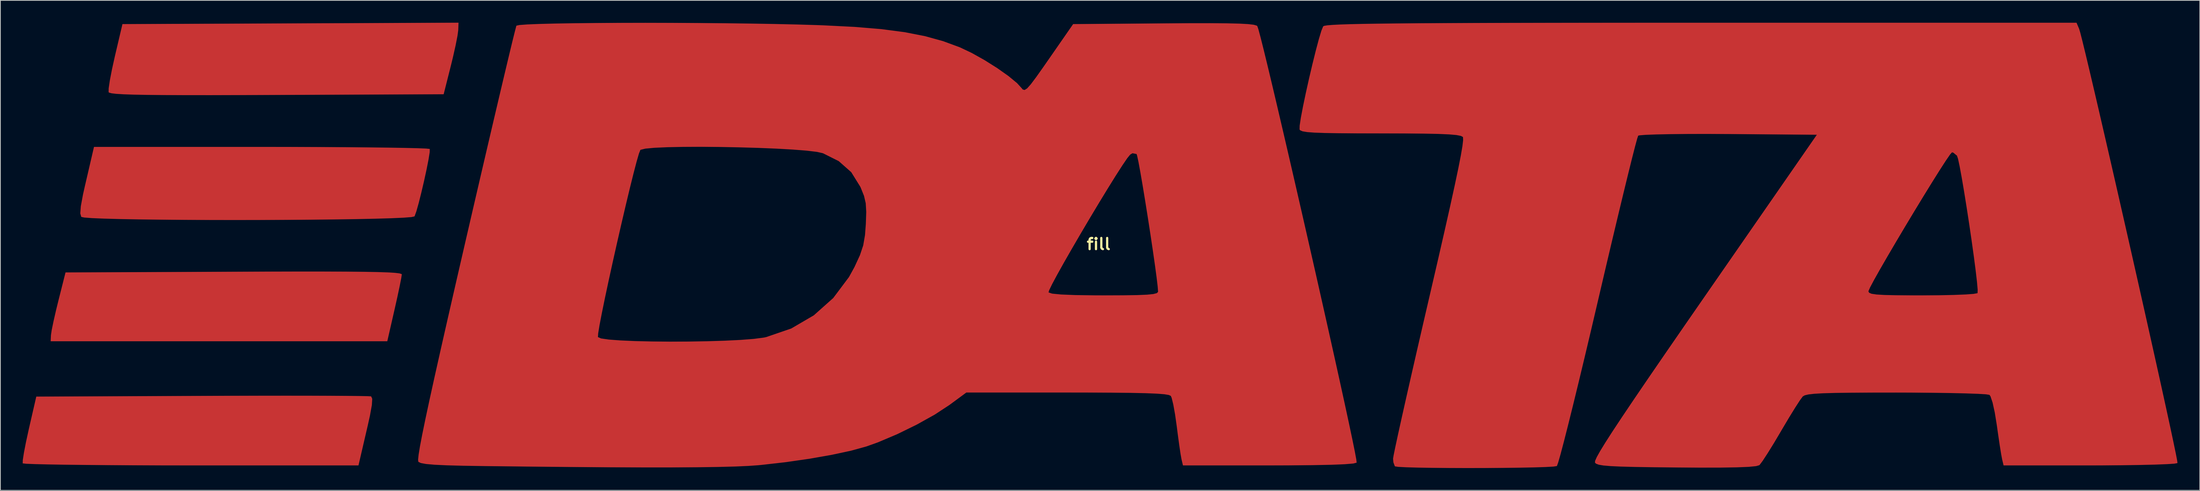
<source format=kicad_pcb>
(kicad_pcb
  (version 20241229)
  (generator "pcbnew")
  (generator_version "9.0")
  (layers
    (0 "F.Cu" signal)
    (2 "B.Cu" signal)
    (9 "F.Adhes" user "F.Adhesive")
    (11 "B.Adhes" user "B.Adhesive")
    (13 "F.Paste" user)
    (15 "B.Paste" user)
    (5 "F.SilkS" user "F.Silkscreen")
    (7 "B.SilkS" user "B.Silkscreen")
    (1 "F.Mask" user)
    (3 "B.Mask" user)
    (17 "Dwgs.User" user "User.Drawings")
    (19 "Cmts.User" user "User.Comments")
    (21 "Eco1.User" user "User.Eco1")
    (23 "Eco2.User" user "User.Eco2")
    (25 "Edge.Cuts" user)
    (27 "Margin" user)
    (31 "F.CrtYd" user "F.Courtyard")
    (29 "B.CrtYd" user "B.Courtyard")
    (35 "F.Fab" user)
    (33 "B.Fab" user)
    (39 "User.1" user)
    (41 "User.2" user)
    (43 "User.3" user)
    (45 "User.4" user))
  (footprint "fill"
    (layer "F.Cu")
    (at 144.546 29.76)
    (property "Reference" "fill" (at 0 0 0) (layer "F.SilkS") (effects (font (size 1.5 1.5) (thickness 0.3))))
    (attr exclude_from_pos_files exclude_from_bom allow_missing_courtyard)
    (fp_poly (pts (xy -103.869 3.693) (xy -100.998 3.704) (xy -98.673 3.727) (xy -96.847 3.761) (xy -95.477 3.808) (xy -94.517 3.868) (xy -93.922 3.942) (xy -93.648 4.03) (xy -93.616 4.079) (xy -93.693 4.595) (xy -93.904 5.662) (xy -94.215 7.122) (xy -94.591 8.799) (xy -95.566 13.063) (xy -118.177 13.063) (xy -140.789 13.063) (xy -140.752 12.246) (xy -140.651 11.566) (xy -140.405 10.37) (xy -140.055 8.845) (xy -139.754 7.62) (xy -138.793 3.81) (xy -116.205 3.717) (xy -111.427 3.699) (xy -107.331 3.691)) (stroke (width 0) (type solid)) (fill yes) (layer "F.Cu"))
    (fp_poly (pts (xy -86.033 -28.759) (xy -86.136 -27.997) (xy -86.384 -26.73) (xy -86.737 -25.156) (xy -87.031 -23.949) (xy -87.993 -20.139) (xy -110.41 -20.045) (xy -115.15 -20.028) (xy -119.211 -20.019) (xy -122.642 -20.02) (xy -125.487 -20.031) (xy -127.796 -20.053) (xy -129.615 -20.087) (xy -130.991 -20.134) (xy -131.971 -20.193) (xy -132.602 -20.267) (xy -132.932 -20.356) (xy -133.007 -20.421) (xy -132.997 -20.94) (xy -132.838 -22.008) (xy -132.556 -23.472) (xy -132.179 -25.177) (xy -132.167 -25.232) (xy -131.146 -29.573) (xy -108.572 -29.666) (xy -85.997 -29.76)) (stroke (width 0) (type solid)) (fill yes) (layer "F.Cu"))
    (fp_poly (pts (xy -106.115 20.384) (xy -103.382 20.392) (xy -101.115 20.404) (xy -99.377 20.422) (xy -98.233 20.444) (xy -97.745 20.47) (xy -97.735 20.473) (xy -97.588 20.799) (xy -97.639 21.638) (xy -97.895 23.057) (xy -98.188 24.377) (xy -98.569 26.018) (xy -98.905 27.466) (xy -99.152 28.529) (xy -99.247 28.938) (xy -99.437 29.754) (xy -121.905 29.754) (xy -125.875 29.75) (xy -129.627 29.737) (xy -133.098 29.717) (xy -136.226 29.69) (xy -138.948 29.658) (xy -141.202 29.62) (xy -142.927 29.578) (xy -144.059 29.532) (xy -144.535 29.483) (xy -144.546 29.476) (xy -144.535 29.035) (xy -144.38 28.034) (xy -144.106 26.62) (xy -143.74 24.939) (xy -143.72 24.85) (xy -142.722 20.501) (xy -120.437 20.407) (xy -116.475 20.393) (xy -112.725 20.385) (xy -109.251 20.382)) (stroke (width 0) (type solid)) (fill yes) (layer "F.Cu"))
    (fp_poly (pts (xy -108.53 -13.058) (xy -104.779 -13.046) (xy -101.308 -13.026) (xy -98.18 -12.999) (xy -95.458 -12.966) (xy -93.203 -12.928) (xy -91.479 -12.886) (xy -90.347 -12.84) (xy -89.87 -12.792) (xy -89.86 -12.785) (xy -89.87 -12.341) (xy -90.027 -11.364) (xy -90.292 -10.022) (xy -90.626 -8.486) (xy -90.992 -6.922) (xy -91.35 -5.501) (xy -91.663 -4.39) (xy -91.892 -3.759) (xy -91.915 -3.719) (xy -92.327 -3.628) (xy -93.388 -3.546) (xy -95.022 -3.474) (xy -97.152 -3.41) (xy -99.702 -3.356) (xy -102.596 -3.312) (xy -105.757 -3.277) (xy -109.108 -3.253) (xy -112.573 -3.238) (xy -116.076 -3.233) (xy -119.54 -3.238) (xy -122.888 -3.254) (xy -126.045 -3.28) (xy -128.934 -3.316) (xy -131.479 -3.363) (xy -133.602 -3.421) (xy -135.228 -3.489) (xy -136.28 -3.569) (xy -136.677 -3.653) (xy -136.81 -4.118) (xy -136.737 -5.093) (xy -136.449 -6.649) (xy -136.206 -7.735) (xy -135.827 -9.367) (xy -135.493 -10.805) (xy -135.249 -11.857) (xy -135.159 -12.246) (xy -134.969 -13.063) (xy -112.5 -13.063)) (stroke (width 0) (type solid)) (fill yes) (layer "F.Cu"))
    (fp_poly (pts (xy 131.719 -28.938) (xy 131.876 -28.41) (xy 132.171 -27.252) (xy 132.591 -25.528) (xy 133.121 -23.303) (xy 133.746 -20.641) (xy 134.453 -17.606) (xy 135.225 -14.261) (xy 136.05 -10.672) (xy 136.912 -6.901) (xy 137.797 -3.013) (xy 138.691 0.927) (xy 139.578 4.857) (xy 140.445 8.711) (xy 141.277 12.426) (xy 142.059 15.937) (xy 142.777 19.181) (xy 143.416 22.093) (xy 143.963 24.609) (xy 144.401 26.666) (xy 144.718 28.199) (xy 144.898 29.144) (xy 144.933 29.438) (xy 144.535 29.515) (xy 143.5 29.585) (xy 141.915 29.646) (xy 139.868 29.696) (xy 137.447 29.732) (xy 134.74 29.751) (xy 133.154 29.754) (xy 121.571 29.754) (xy 121.376 28.938) (xy 121.246 28.244) (xy 121.051 27.025) (xy 120.821 25.476) (xy 120.662 24.344) (xy 120.388 22.644) (xy 120.093 21.305) (xy 119.813 20.468) (xy 119.67 20.267) (xy 119.205 20.196) (xy 118.104 20.13) (xy 116.454 20.072) (xy 114.345 20.024) (xy 111.865 19.988) (xy 109.104 19.967) (xy 107.159 19.963) (xy 103.789 19.966) (xy 101.074 19.98) (xy 98.944 20.009) (xy 97.329 20.056) (xy 96.157 20.122) (xy 95.36 20.211) (xy 94.867 20.327) (xy 94.607 20.471) (xy 94.601 20.477) (xy 94.229 20.976) (xy 93.585 21.969) (xy 92.753 23.32) (xy 91.819 24.892) (xy 91.667 25.154) (xy 90.729 26.737) (xy 89.882 28.107) (xy 89.211 29.134) (xy 88.799 29.683) (xy 88.76 29.72) (xy 88.321 29.85) (xy 87.334 29.947) (xy 85.761 30.012) (xy 83.568 30.047) (xy 80.717 30.051) (xy 77.647 30.032) (xy 74.534 29.999) (xy 72.071 29.961) (xy 70.181 29.912) (xy 68.788 29.848) (xy 67.816 29.765) (xy 67.188 29.658) (xy 66.829 29.523) (xy 66.676 29.38) (xy 66.696 29.14) (xy 66.919 28.634) (xy 67.368 27.829) (xy 68.064 26.692) (xy 69.028 25.19) (xy 70.283 23.291) (xy 71.85 20.961) (xy 73.751 18.167) (xy 76.007 14.877) (xy 78.641 11.057) (xy 81.404 7.064) (xy 81.897 6.353) (xy 103.414 6.353) (xy 103.505 6.54) (xy 103.834 6.679) (xy 104.492 6.778) (xy 105.566 6.842) (xy 107.144 6.878) (xy 109.315 6.893) (xy 110.65 6.894) (xy 112.867 6.88) (xy 114.829 6.839) (xy 116.423 6.776) (xy 117.535 6.696) (xy 118.054 6.604) (xy 118.075 6.587) (xy 118.089 6.134) (xy 117.998 5.085) (xy 117.821 3.559) (xy 117.576 1.677) (xy 117.281 -0.443) (xy 116.953 -2.68) (xy 116.61 -4.916) (xy 116.271 -7.031) (xy 115.953 -8.905) (xy 115.674 -10.42) (xy 115.452 -11.454) (xy 115.31 -11.884) (xy 114.821 -12.286) (xy 114.645 -12.337) (xy 114.381 -12.039) (xy 113.81 -11.206) (xy 112.988 -9.933) (xy 111.972 -8.314) (xy 110.818 -6.443) (xy 109.584 -4.414) (xy 108.325 -2.32) (xy 107.098 -0.256) (xy 105.959 1.685) (xy 104.965 3.408) (xy 104.172 4.819) (xy 103.638 5.824) (xy 103.417 6.33) (xy 103.414 6.353) (xy 81.897 6.353) (xy 96.484 -14.696) (xy 84.641 -14.791) (xy 81.775 -14.805) (xy 79.14 -14.8) (xy 76.823 -14.777) (xy 74.914 -14.738) (xy 73.499 -14.685) (xy 72.668 -14.619) (xy 72.484 -14.572) (xy 72.349 -14.172) (xy 72.065 -13.126) (xy 71.648 -11.495) (xy 71.114 -9.341) (xy 70.476 -6.725) (xy 69.75 -3.708) (xy 68.95 -0.351) (xy 68.093 3.283) (xy 67.192 7.135) (xy 67.07 7.658) (xy 66.163 11.532) (xy 65.294 15.196) (xy 64.479 18.589) (xy 63.733 21.65) (xy 63.071 24.317) (xy 62.508 26.529) (xy 62.06 28.226) (xy 61.741 29.345) (xy 61.567 29.827) (xy 61.556 29.839) (xy 61.096 29.911) (xy 60.028 29.971) (xy 58.462 30.021) (xy 56.509 30.059) (xy 54.28 30.087) (xy 51.886 30.103) (xy 49.437 30.107) (xy 47.044 30.1) (xy 44.818 30.08) (xy 42.87 30.048) (xy 41.31 30.004) (xy 40.249 29.948) (xy 39.798 29.879) (xy 39.793 29.875) (xy 39.597 29.351) (xy 39.551 28.851) (xy 39.632 28.364) (xy 39.864 27.234) (xy 40.232 25.527) (xy 40.723 23.307) (xy 41.322 20.638) (xy 42.015 17.585) (xy 42.786 14.211) (xy 43.623 10.582) (xy 44.437 7.071) (xy 45.529 2.357) (xy 46.455 -1.688) (xy 47.224 -5.102) (xy 47.842 -7.921) (xy 48.318 -10.181) (xy 48.658 -11.919) (xy 48.872 -13.172) (xy 48.965 -13.976) (xy 48.947 -14.367) (xy 48.928 -14.402) (xy 48.657 -14.545) (xy 48.064 -14.658) (xy 47.08 -14.745) (xy 45.64 -14.807) (xy 43.677 -14.848) (xy 41.123 -14.87) (xy 37.911 -14.877) (xy 37.863 -14.877) (xy 34.735 -14.882) (xy 32.26 -14.899) (xy 30.363 -14.931) (xy 28.97 -14.982) (xy 28.009 -15.055) (xy 27.406 -15.155) (xy 27.087 -15.285) (xy 26.99 -15.402) (xy 27.003 -15.922) (xy 27.169 -17.005) (xy 27.455 -18.512) (xy 27.83 -20.303) (xy 28.262 -22.241) (xy 28.719 -24.186) (xy 29.169 -25.999) (xy 29.58 -27.541) (xy 29.92 -28.673) (xy 30.158 -29.256) (xy 30.174 -29.278) (xy 30.342 -29.347) (xy 30.748 -29.409) (xy 31.423 -29.464) (xy 32.401 -29.514) (xy 33.713 -29.558) (xy 35.391 -29.597) (xy 37.467 -29.63) (xy 39.974 -29.659) (xy 42.942 -29.684) (xy 46.406 -29.704) (xy 50.395 -29.72) (xy 54.944 -29.733) (xy 60.082 -29.742) (xy 65.844 -29.749) (xy 72.26 -29.753) (xy 79.363 -29.754) (xy 80.969 -29.754) (xy 131.37 -29.754)) (stroke (width 0) (type solid)) (fill yes) (layer "F.Cu"))
    (fp_poly (pts (xy -57.39 -29.735) (xy -53.817 -29.717) (xy -50.266 -29.686) (xy -46.813 -29.642) (xy -43.531 -29.586) (xy -40.497 -29.517) (xy -37.785 -29.436) (xy -37.011 -29.407) (xy -32.782 -29.194) (xy -29.165 -28.892) (xy -26.052 -28.483) (xy -23.333 -27.951) (xy -20.899 -27.278) (xy -18.64 -26.446) (xy -18.627 -26.44) (xy -17.051 -25.692) (xy -15.329 -24.728) (xy -13.629 -23.657) (xy -12.117 -22.589) (xy -10.961 -21.635) (xy -10.409 -21.032) (xy -10.189 -20.774) (xy -9.947 -20.713) (xy -9.614 -20.922) (xy -9.121 -21.473) (xy -8.396 -22.438) (xy -7.37 -23.89) (xy -6.652 -24.923) (xy -3.427 -29.573) (xy 8.761 -29.668) (xy 12.232 -29.69) (xy 15.039 -29.692) (xy 17.242 -29.675) (xy 18.902 -29.635) (xy 20.081 -29.571) (xy 20.839 -29.482) (xy 21.237 -29.365) (xy 21.313 -29.305) (xy 21.461 -28.874) (xy 21.749 -27.802) (xy 22.163 -26.155) (xy 22.689 -23.995) (xy 23.313 -21.388) (xy 24.018 -18.398) (xy 24.792 -15.087) (xy 25.62 -11.521) (xy 26.486 -7.764) (xy 27.377 -3.879) (xy 28.277 0.07) (xy 29.173 4.018) (xy 30.049 7.901) (xy 30.891 11.656) (xy 31.685 15.218) (xy 32.416 18.524) (xy 33.069 21.508) (xy 33.63 24.108) (xy 34.084 26.259) (xy 34.417 27.897) (xy 34.614 28.958) (xy 34.661 29.378) (xy 34.66 29.38) (xy 34.22 29.498) (xy 33.069 29.594) (xy 31.222 29.669) (xy 28.694 29.72) (xy 25.498 29.748) (xy 22.878 29.754) (xy 11.327 29.754) (xy 11.133 28.938) (xy 11.007 28.236) (xy 10.825 27.015) (xy 10.616 25.475) (xy 10.492 24.493) (xy 10.268 22.911) (xy 10.029 21.579) (xy 9.809 20.678) (xy 9.695 20.411) (xy 9.432 20.287) (xy 8.817 20.186) (xy 7.793 20.106) (xy 6.305 20.046) (xy 4.297 20.002) (xy 1.715 19.974) (xy -1.498 19.96) (xy -4.216 19.957) (xy -17.778 19.957) (xy -20.041 21.623) (xy -22.015 22.919) (xy -24.443 24.272) (xy -27.075 25.559) (xy -29.664 26.655) (xy -31.206 27.206) (xy -33.261 27.773) (xy -35.873 28.334) (xy -38.87 28.86) (xy -42.084 29.323) (xy -45.345 29.692) (xy -45.72 29.728) (xy -47.09 29.825) (xy -48.902 29.904) (xy -51.186 29.962) (xy -53.974 30.002) (xy -57.299 30.022) (xy -61.193 30.023) (xy -65.688 30.005) (xy -70.815 29.968) (xy -76.607 29.912) (xy -82.42 29.845) (xy -85.317 29.8) (xy -87.558 29.741) (xy -89.215 29.664) (xy -90.359 29.563) (xy -91.059 29.434) (xy -91.387 29.273) (xy -91.396 29.263) (xy -91.428 28.98) (xy -91.358 28.306) (xy -91.179 27.208) (xy -90.884 25.656) (xy -90.466 23.616) (xy -89.919 21.059) (xy -89.236 17.952) (xy -88.409 14.263) (xy -88.01 12.501) (xy -67.266 12.501) (xy -67.265 12.505) (xy -66.845 12.686) (xy -65.807 12.835) (xy -64.258 12.952) (xy -62.306 13.038) (xy -60.058 13.092) (xy -57.62 13.114) (xy -55.101 13.104) (xy -52.607 13.062) (xy -50.245 12.989) (xy -48.123 12.883) (xy -46.348 12.746) (xy -45.028 12.577) (xy -44.665 12.504) (xy -41.293 11.348) (xy -38.267 9.579) (xy -35.659 7.254) (xy -35.093 6.5) (xy -6.732 6.5) (xy -6.26 6.659) (xy -5.065 6.777) (xy -3.149 6.854) (xy -0.515 6.891) (xy 0.747 6.894) (xy 3.284 6.886) (xy 5.178 6.857) (xy 6.512 6.801) (xy 7.369 6.713) (xy 7.831 6.588) (xy 7.982 6.419) (xy 7.983 6.4) (xy 7.929 5.691) (xy 7.779 4.437) (xy 7.552 2.756) (xy 7.266 0.766) (xy 6.94 -1.414) (xy 6.591 -3.668) (xy 6.239 -5.875) (xy 5.903 -7.919) (xy 5.599 -9.682) (xy 5.348 -11.044) (xy 5.166 -11.888) (xy 5.092 -12.108) (xy 4.546 -12.211) (xy 4.232 -12.023) (xy 3.85 -11.553) (xy 3.185 -10.576) (xy 2.293 -9.186) (xy 1.231 -7.479) (xy 0.055 -5.549) (xy -1.179 -3.492) (xy -2.415 -1.401) (xy -3.596 0.627) (xy -4.667 2.497) (xy -5.57 4.116) (xy -6.251 5.387) (xy -6.652 6.215) (xy -6.732 6.5) (xy -35.093 6.5) (xy -33.542 4.431) (xy -32.804 3.085) (xy -32.069 1.493) (xy -31.628 0.174) (xy -31.389 -1.215) (xy -31.277 -2.707) (xy -31.223 -4.323) (xy -31.291 -5.489) (xy -31.521 -6.476) (xy -31.954 -7.556) (xy -32.025 -7.712) (xy -33.239 -9.666) (xy -34.919 -11.151) (xy -37.036 -12.211) (xy -37.853 -12.394) (xy -39.235 -12.558) (xy -41.076 -12.704) (xy -43.271 -12.828) (xy -45.715 -12.929) (xy -48.301 -13.004) (xy -50.924 -13.054) (xy -53.479 -13.074) (xy -55.859 -13.064) (xy -57.96 -13.021) (xy -59.674 -12.944) (xy -60.898 -12.831) (xy -61.524 -12.68) (xy -61.57 -12.643) (xy -61.761 -12.158) (xy -62.076 -11.069) (xy -62.492 -9.477) (xy -62.988 -7.482) (xy -63.539 -5.186) (xy -64.123 -2.687) (xy -64.718 -0.088) (xy -65.301 2.512) (xy -65.849 5.012) (xy -66.339 7.312) (xy -66.748 9.312) (xy -67.055 10.91) (xy -67.235 12.006) (xy -67.266 12.501) (xy -88.01 12.501) (xy -87.433 9.96) (xy -86.301 5.013) (xy -85.126 -0.089) (xy -84.094 -4.551) (xy -83.105 -8.812) (xy -82.172 -12.818) (xy -81.307 -16.516) (xy -80.522 -19.853) (xy -79.831 -22.775) (xy -79.246 -25.228) (xy -78.78 -27.161) (xy -78.444 -28.518) (xy -78.253 -29.248) (xy -78.216 -29.359) (xy -77.807 -29.448) (xy -76.747 -29.526) (xy -75.111 -29.592) (xy -72.974 -29.646) (xy -70.411 -29.688) (xy -67.496 -29.718) (xy -64.304 -29.736) (xy -60.91 -29.742)) (stroke (width 0) (type solid)) (fill yes) (layer "F.Cu"))
    (pad "1" smd rect (at -110.5 -24.75) (size 37.4 7.1) (layers "F.Cu"))
    (pad "2" smd rect (at -114.85 -8.35) (size 37.1 7.1) (layers "F.Cu"))
    (pad "3" smd rect (at -118.9 8.5) (size 38 6.8) (layers "F.Cu"))
    (pad "4" smd rect (at -121.5 25 180) (size 41.6 7) (layers "F.Cu"))
    (pad "5" smd rect (at -58.15 20.2) (size 43.5 11.2) (layers "F.Cu"))
    (pad "6" smd rect (at 80.8 -22.15) (size 99.2 11.7) (layers "F.Cu")))
  (gr_rect
    (start -3 -3)
    (end 292.479 62.867)
    (stroke (width 0.1) (type default))
    (fill no)
    (layer "Edge.Cuts")))
</source>
